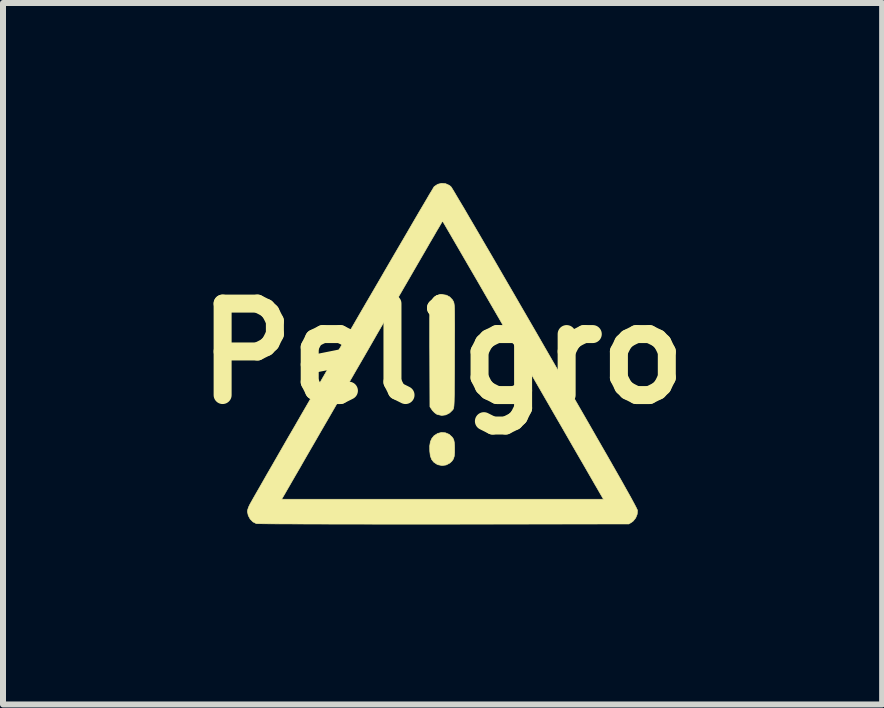
<source format=kicad_pcb>
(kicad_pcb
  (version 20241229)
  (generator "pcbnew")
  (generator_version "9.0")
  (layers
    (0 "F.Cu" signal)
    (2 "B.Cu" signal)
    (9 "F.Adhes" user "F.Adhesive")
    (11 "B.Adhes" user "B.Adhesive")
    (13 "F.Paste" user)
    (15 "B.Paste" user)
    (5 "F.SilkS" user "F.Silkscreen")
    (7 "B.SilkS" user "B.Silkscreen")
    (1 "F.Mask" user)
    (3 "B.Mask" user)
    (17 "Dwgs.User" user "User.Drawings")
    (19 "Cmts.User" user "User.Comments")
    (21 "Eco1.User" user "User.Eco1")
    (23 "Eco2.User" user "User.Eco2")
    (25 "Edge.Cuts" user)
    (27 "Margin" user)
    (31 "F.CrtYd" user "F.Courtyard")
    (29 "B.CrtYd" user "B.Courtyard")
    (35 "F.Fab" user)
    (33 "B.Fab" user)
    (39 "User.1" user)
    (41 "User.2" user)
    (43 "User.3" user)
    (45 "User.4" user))
  (footprint "Peligro"
    (layer "F.Cu")
    (at 4.325 2.844)
    (property "Reference" "Peligro" (at 0 0 0) (layer "F.SilkS") (effects (font (size 1.524 1.524) (thickness 0.3))))
    (attr through_hole)
    (fp_poly (pts (xy 0.05 1.319) (xy 0.111 1.345) (xy 0.161 1.392) (xy 0.166 1.399) (xy 0.181 1.422) (xy 0.19 1.448) (xy 0.196 1.482) (xy 0.2 1.532) (xy 0.201 1.569) (xy 0.201 1.649) (xy 0.195 1.71) (xy 0.18 1.756) (xy 0.155 1.792) (xy 0.121 1.823) (xy 0.06 1.855) (xy -0.008 1.864) (xy -0.076 1.851) (xy -0.095 1.842) (xy -0.147 1.807) (xy -0.182 1.762) (xy -0.204 1.702) (xy -0.213 1.625) (xy -0.214 1.537) (xy -0.203 1.468) (xy -0.179 1.414) (xy -0.142 1.368) (xy -0.139 1.366) (xy -0.081 1.329) (xy -0.016 1.313) (xy 0.05 1.319)) (stroke (width 0.01) (type solid)) (fill yes) (layer "F.SilkS"))
    (fp_poly (pts (xy 0.064 -0.975) (xy 0.119 -0.946) (xy 0.165 -0.898) (xy 0.178 -0.875) (xy 0.183 -0.865) (xy 0.188 -0.853) (xy 0.191 -0.839) (xy 0.194 -0.819) (xy 0.197 -0.793) (xy 0.199 -0.758) (xy 0.2 -0.713) (xy 0.201 -0.655) (xy 0.201 -0.582) (xy 0.202 -0.494) (xy 0.202 -0.387) (xy 0.201 -0.261) (xy 0.201 -0.113) (xy 0.2 0.037) (xy 0.2 0.206) (xy 0.199 0.352) (xy 0.198 0.475) (xy 0.197 0.579) (xy 0.197 0.665) (xy 0.195 0.735) (xy 0.194 0.79) (xy 0.192 0.833) (xy 0.19 0.866) (xy 0.187 0.89) (xy 0.184 0.907) (xy 0.18 0.919) (xy 0.176 0.927) (xy 0.171 0.935) (xy 0.17 0.936) (xy 0.117 0.988) (xy 0.055 1.02) (xy -0.013 1.029) (xy -0.082 1.015) (xy -0.1 1.007) (xy -0.133 0.983) (xy -0.167 0.948) (xy -0.176 0.935) (xy -0.21 0.885) (xy -0.213 0.045) (xy -0.214 -0.124) (xy -0.214 -0.269) (xy -0.214 -0.393) (xy -0.214 -0.498) (xy -0.214 -0.584) (xy -0.213 -0.654) (xy -0.212 -0.71) (xy -0.21 -0.754) (xy -0.208 -0.788) (xy -0.205 -0.812) (xy -0.201 -0.831) (xy -0.198 -0.844) (xy -0.197 -0.846) (xy -0.162 -0.907) (xy -0.114 -0.95) (xy -0.057 -0.976) (xy 0.004 -0.984) (xy 0.064 -0.975)) (stroke (width 0.01) (type solid)) (fill yes) (layer "F.SilkS"))
    (fp_poly (pts (xy 0.051 -2.833) (xy 0.113 -2.805) (xy 0.139 -2.784) (xy 0.149 -2.77) (xy 0.171 -2.735) (xy 0.204 -2.68) (xy 0.248 -2.605) (xy 0.303 -2.513) (xy 0.368 -2.404) (xy 0.441 -2.278) (xy 0.524 -2.137) (xy 0.615 -1.981) (xy 0.713 -1.813) (xy 0.819 -1.632) (xy 0.931 -1.439) (xy 1.048 -1.237) (xy 1.172 -1.024) (xy 1.299 -0.804) (xy 1.432 -0.575) (xy 1.568 -0.34) (xy 1.706 -0.1) (xy 1.709 -0.095) (xy 1.881 0.203) (xy 2.041 0.48) (xy 2.189 0.736) (xy 2.325 0.972) (xy 2.45 1.189) (xy 2.564 1.388) (xy 2.668 1.569) (xy 2.762 1.732) (xy 2.846 1.88) (xy 2.921 2.011) (xy 2.987 2.127) (xy 3.044 2.229) (xy 3.094 2.318) (xy 3.136 2.393) (xy 3.17 2.456) (xy 3.198 2.508) (xy 3.219 2.548) (xy 3.234 2.578) (xy 3.244 2.599) (xy 3.248 2.611) (xy 3.248 2.612) (xy 3.244 2.675) (xy 3.219 2.737) (xy 3.178 2.789) (xy 3.152 2.809) (xy 3.105 2.838) (xy 0.019 2.841) (xy -0.277 2.841) (xy -0.565 2.841) (xy -0.841 2.841) (xy -1.107 2.841) (xy -1.361 2.84) (xy -1.601 2.84) (xy -1.827 2.84) (xy -2.038 2.839) (xy -2.233 2.839) (xy -2.411 2.838) (xy -2.571 2.837) (xy -2.712 2.837) (xy -2.833 2.836) (xy -2.933 2.835) (xy -3.011 2.834) (xy -3.067 2.833) (xy -3.098 2.832) (xy -3.105 2.831) (xy -3.16 2.803) (xy -3.206 2.756) (xy -3.238 2.697) (xy -3.251 2.634) (xy -3.251 2.626) (xy -3.245 2.593) (xy -3.229 2.549) (xy -3.209 2.508) (xy -3.187 2.469) (xy -3.163 2.426) (xy -2.681 2.426) (xy 2.682 2.426) (xy 2.646 2.364) (xy 2.636 2.347) (xy 2.614 2.309) (xy 2.581 2.251) (xy 2.536 2.174) (xy 2.482 2.08) (xy 2.418 1.969) (xy 2.345 1.842) (xy 2.263 1.701) (xy 2.174 1.547) (xy 2.078 1.38) (xy 1.975 1.201) (xy 1.866 1.013) (xy 1.752 0.815) (xy 1.633 0.609) (xy 1.51 0.396) (xy 1.384 0.177) (xy 1.308 0.046) (xy 1.18 -0.175) (xy 1.056 -0.39) (xy 0.936 -0.598) (xy 0.82 -0.798) (xy 0.709 -0.99) (xy 0.605 -1.171) (xy 0.506 -1.341) (xy 0.414 -1.499) (xy 0.33 -1.644) (xy 0.254 -1.775) (xy 0.187 -1.89) (xy 0.129 -1.99) (xy 0.081 -2.072) (xy 0.044 -2.136) (xy 0.018 -2.18) (xy 0.003 -2.204) (xy 0 -2.209) (xy -0.007 -2.198) (xy -0.026 -2.166) (xy -0.056 -2.114) (xy -0.098 -2.044) (xy -0.149 -1.955) (xy -0.211 -1.85) (xy -0.281 -1.728) (xy -0.36 -1.592) (xy -0.447 -1.442) (xy -0.541 -1.279) (xy -0.642 -1.105) (xy -0.749 -0.92) (xy -0.862 -0.725) (xy -0.98 -0.521) (xy -1.102 -0.31) (xy -1.227 -0.092) (xy -1.314 0.059) (xy -1.443 0.281) (xy -1.568 0.498) (xy -1.689 0.709) (xy -1.806 0.912) (xy -1.918 1.106) (xy -2.025 1.29) (xy -2.125 1.464) (xy -2.219 1.626) (xy -2.305 1.775) (xy -2.382 1.91) (xy -2.452 2.03) (xy -2.512 2.134) (xy -2.562 2.221) (xy -2.602 2.29) (xy -2.63 2.339) (xy -2.647 2.368) (xy -2.652 2.376) (xy -2.681 2.426) (xy -3.163 2.426) (xy -3.154 2.41) (xy -3.11 2.333) (xy -3.056 2.239) (xy -2.993 2.129) (xy -2.922 2.004) (xy -2.842 1.866) (xy -2.756 1.716) (xy -2.663 1.554) (xy -2.564 1.382) (xy -2.459 1.202) (xy -2.351 1.014) (xy -2.238 0.819) (xy -2.122 0.619) (xy -2.004 0.415) (xy -1.884 0.207) (xy -1.763 -0.002) (xy -1.641 -0.211) (xy -1.519 -0.421) (xy -1.399 -0.629) (xy -1.28 -0.834) (xy -1.163 -1.034) (xy -1.049 -1.23) (xy -0.939 -1.42) (xy -0.833 -1.602) (xy -0.732 -1.775) (xy -0.636 -1.939) (xy -0.547 -2.092) (xy -0.465 -2.233) (xy -0.391 -2.36) (xy -0.324 -2.473) (xy -0.267 -2.57) (xy -0.22 -2.651) (xy -0.182 -2.713) (xy -0.156 -2.757) (xy -0.142 -2.78) (xy -0.139 -2.784) (xy -0.081 -2.823) (xy -0.015 -2.839) (xy 0.051 -2.833)) (stroke (width 0.01) (type solid)) (fill yes) (layer "F.SilkS")))
  (gr_rect
    (start -3 -3)
    (end 11.651 8.69)
    (stroke (width 0.1) (type default))
    (fill no)
    (layer "Edge.Cuts")))
</source>
